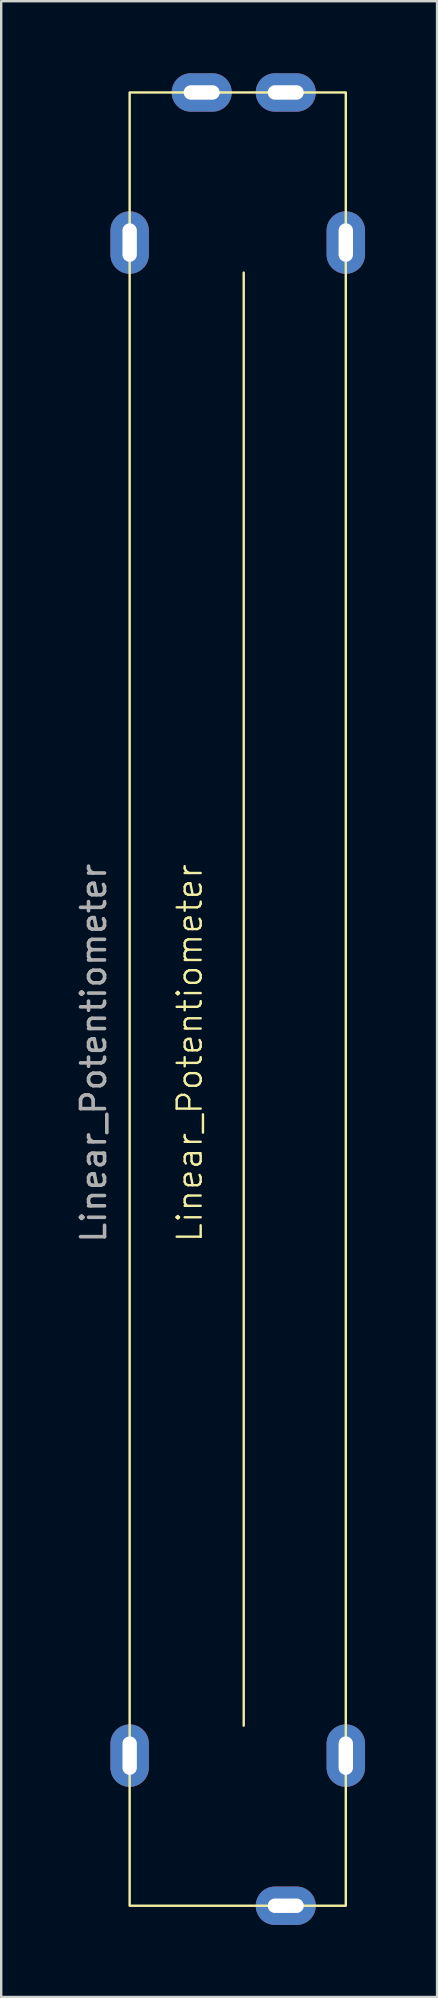
<source format=kicad_pcb>
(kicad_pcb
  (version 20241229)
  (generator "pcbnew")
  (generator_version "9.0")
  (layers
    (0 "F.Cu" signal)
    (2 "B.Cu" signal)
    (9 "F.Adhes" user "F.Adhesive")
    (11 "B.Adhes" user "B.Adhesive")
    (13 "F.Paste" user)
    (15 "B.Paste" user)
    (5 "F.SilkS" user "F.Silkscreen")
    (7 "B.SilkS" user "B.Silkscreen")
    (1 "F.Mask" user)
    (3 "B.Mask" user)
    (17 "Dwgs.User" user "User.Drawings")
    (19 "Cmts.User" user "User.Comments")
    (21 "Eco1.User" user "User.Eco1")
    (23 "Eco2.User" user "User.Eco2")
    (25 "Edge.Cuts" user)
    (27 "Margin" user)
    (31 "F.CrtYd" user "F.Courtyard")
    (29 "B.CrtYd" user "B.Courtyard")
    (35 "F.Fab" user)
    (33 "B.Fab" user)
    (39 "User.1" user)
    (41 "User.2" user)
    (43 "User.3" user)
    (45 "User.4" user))
  (footprint "Linear_Potentiometer"
    (layer "F.Cu")
    (at 7.098 0.8)
    (property "Reference" "Linear_Potentiometer" (at -2.25 40 90) (unlocked yes) (layer "F.SilkS") (effects (font (size 1 1) (thickness 0.1))))
    (attr through_hole)
    (fp_line (start 0 7.5) (end 0 68) (stroke (width 0.1) (type default)) (layer "F.SilkS"))
    (fp_rect (start -4.75 0) (end 4.25 75.5) (stroke (width 0.1) (type default)) (fill no) (layer "F.SilkS"))
    (fp_text user "${REFERENCE}" (at -6.25 40 90) (unlocked yes) (layer "F.Fab") (effects (font (size 1 1) (thickness 0.15))))
    (pad "0" thru_hole oval (at -4.75 6.25 180) (size 1.6 2.6) (drill oval 0.6 1.6) (layers "*.Cu" "*.Mask"))
    (pad "0" thru_hole oval (at -4.75 69.25 180) (size 1.6 2.6) (drill oval 0.6 1.6) (layers "*.Cu" "*.Mask"))
    (pad "0" thru_hole oval (at 4.25 6.25 180) (size 1.6 2.6) (drill oval 0.6 1.6) (layers "*.Cu" "*.Mask"))
    (pad "0" thru_hole oval (at 4.25 69.25 180) (size 1.6 2.6) (drill oval 0.6 1.6) (layers "*.Cu" "*.Mask"))
    (pad "1" thru_hole oval (at 1.75 0) (size 2.5 1.6) (drill oval 1.5 0.6) (layers "*.Cu" "*.Mask"))
    (pad "2" thru_hole oval (at -1.75 0) (size 2.5 1.6) (drill oval 1.5 0.6) (layers "*.Cu" "*.Mask"))
    (pad "3" thru_hole oval (at 1.75 75.5) (size 2.5 1.6) (drill oval 1.5 0.6) (layers "*.Cu" "*.Mask")))
  (gr_rect
    (start -3 -3)
    (end 15.148 80.1)
    (stroke (width 0.1) (type default))
    (fill no)
    (layer "Edge.Cuts")))
</source>
